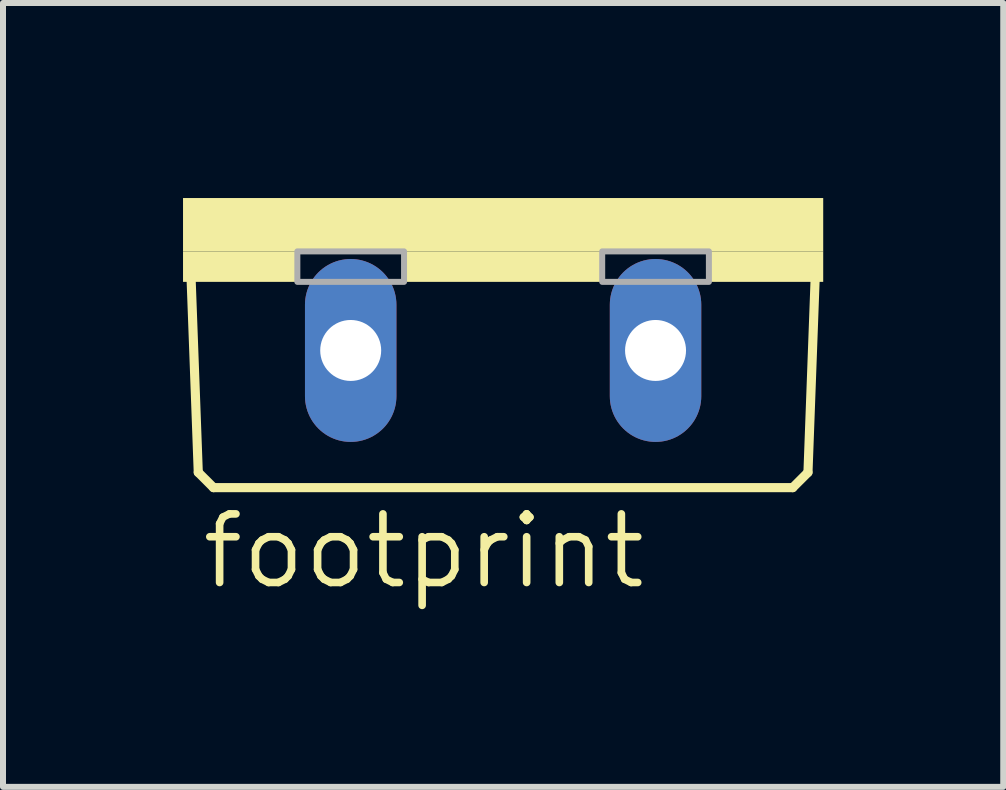
<source format=kicad_pcb>
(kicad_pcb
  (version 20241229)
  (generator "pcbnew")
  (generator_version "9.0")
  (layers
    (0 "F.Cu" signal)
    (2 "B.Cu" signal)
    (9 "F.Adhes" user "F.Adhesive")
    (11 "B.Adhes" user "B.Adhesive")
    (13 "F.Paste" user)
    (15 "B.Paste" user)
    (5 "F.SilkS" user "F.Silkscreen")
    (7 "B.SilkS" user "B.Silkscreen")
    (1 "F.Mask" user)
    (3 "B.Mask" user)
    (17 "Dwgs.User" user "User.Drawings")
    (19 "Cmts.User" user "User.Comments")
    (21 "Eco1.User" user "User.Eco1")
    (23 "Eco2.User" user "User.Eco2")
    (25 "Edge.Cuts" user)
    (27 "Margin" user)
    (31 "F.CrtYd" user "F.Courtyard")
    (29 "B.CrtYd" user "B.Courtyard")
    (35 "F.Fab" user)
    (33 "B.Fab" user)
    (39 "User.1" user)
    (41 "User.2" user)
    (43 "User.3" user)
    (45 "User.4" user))
  (footprint "footprint"
    (layer "F.Cu")
    (at 5.334 0.25)
    (property "Reference" "footprint" (at -5.08 6.553 0) (layer "F.SilkS") (effects (font (size 1.143 1.143) (thickness 0.127)) (justify left bottom)))
    (fp_line (start -5.08 4.572) (end -5.207 1.143) (stroke (width 0.152) (type solid)) (layer "F.SilkS"))
    (fp_line (start -5.08 4.572) (end -4.826 4.826) (stroke (width 0.152) (type solid)) (layer "F.SilkS"))
    (fp_line (start 4.826 4.826) (end -4.826 4.826) (stroke (width 0.152) (type solid)) (layer "F.SilkS"))
    (fp_line (start 4.826 4.826) (end 5.08 4.572) (stroke (width 0.152) (type solid)) (layer "F.SilkS"))
    (fp_line (start 5.207 1.143) (end 5.08 4.572) (stroke (width 0.152) (type solid)) (layer "F.SilkS"))
    (fp_poly (pts (xy -5.334 0.889) (xy 5.334 0.889) (xy 5.334 0) (xy -5.334 0)) (stroke (width 0) (type solid)) (fill yes) (layer "F.SilkS"))
    (fp_poly (pts (xy -5.334 1.397) (xy -3.429 1.397) (xy -3.429 0.889) (xy -5.334 0.889)) (stroke (width 0) (type solid)) (fill yes) (layer "F.SilkS"))
    (fp_poly (pts (xy -1.651 1.397) (xy 1.651 1.397) (xy 1.651 0.889) (xy -1.651 0.889)) (stroke (width 0) (type solid)) (fill yes) (layer "F.SilkS"))
    (fp_poly (pts (xy 3.429 1.397) (xy 5.334 1.397) (xy 5.334 0.889) (xy 3.429 0.889)) (stroke (width 0) (type solid)) (fill yes) (layer "F.SilkS"))
    (fp_poly (pts (xy -3.429 1.397) (xy -1.651 1.397) (xy -1.651 0.889) (xy -3.429 0.889)) (stroke (width 0.1) (type solid)) (fill no) (layer "F.Fab"))
    (fp_poly (pts (xy 1.651 1.397) (xy 3.429 1.397) (xy 3.429 0.889) (xy 1.651 0.889)) (stroke (width 0.1) (type solid)) (fill no) (layer "F.Fab"))
    (pad "A" thru_hole oval (at -2.54 2.54 90) (size 3.048 1.524) (drill 1.016) (layers "*.Cu" "*.Mask"))
    (pad "C" thru_hole oval (at 2.54 2.54 90) (size 3.048 1.524) (drill 1.016) (layers "*.Cu" "*.Mask")))
  (gr_rect
    (start -3 -3)
    (end 13.668 10.062)
    (stroke (width 0.1) (type default))
    (fill no)
    (layer "Edge.Cuts")))
</source>
